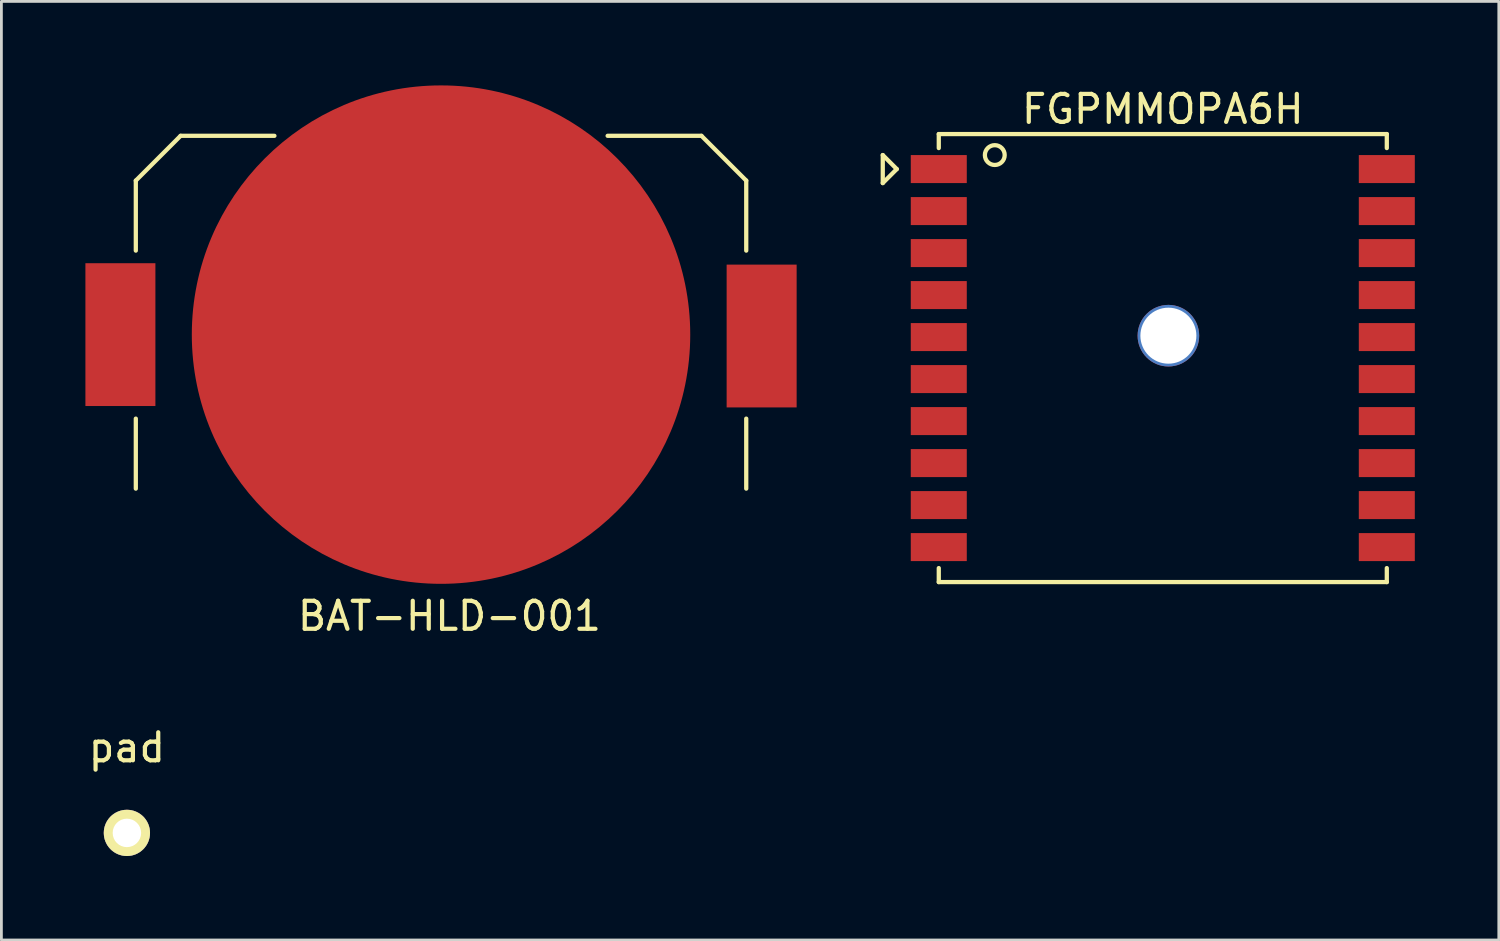
<source format=kicad_pcb>
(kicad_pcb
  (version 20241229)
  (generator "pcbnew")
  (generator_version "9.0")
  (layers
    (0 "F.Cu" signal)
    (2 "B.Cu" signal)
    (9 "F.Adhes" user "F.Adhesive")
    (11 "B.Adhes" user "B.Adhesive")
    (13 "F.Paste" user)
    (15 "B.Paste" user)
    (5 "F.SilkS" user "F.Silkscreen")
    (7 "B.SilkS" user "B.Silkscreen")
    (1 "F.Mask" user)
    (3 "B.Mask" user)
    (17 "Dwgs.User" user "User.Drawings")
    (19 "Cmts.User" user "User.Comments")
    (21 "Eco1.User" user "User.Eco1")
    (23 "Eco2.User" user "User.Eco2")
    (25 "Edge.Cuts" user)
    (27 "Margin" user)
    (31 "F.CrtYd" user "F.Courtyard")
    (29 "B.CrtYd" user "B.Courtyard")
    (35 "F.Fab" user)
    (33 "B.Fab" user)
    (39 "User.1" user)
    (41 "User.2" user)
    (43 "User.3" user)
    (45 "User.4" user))
  (footprint "FGPMMOPA6H"
    (layer "F.Cu")
    (at 38.476 9.738)
    (property "Reference" "FGPMMOPA6H" (at 0 -8.89 0) (layer "F.SilkS") (effects (font (size 1 1) (thickness 0.15))))
    (attr through_hole)
    (fp_line (start -10 -7.25) (end -10 -6.25) (stroke (width 0.152) (type solid)) (layer "F.SilkS"))
    (fp_line (start -10 -6.25) (end -9.5 -6.75) (stroke (width 0.152) (type solid)) (layer "F.SilkS"))
    (fp_line (start -9.5 -6.75) (end -10 -7.25) (stroke (width 0.152) (type solid)) (layer "F.SilkS"))
    (fp_line (start -8 -8) (end 8 -8) (stroke (width 0.152) (type solid)) (layer "F.SilkS"))
    (fp_line (start -8 -7.5) (end -8 -8) (stroke (width 0.152) (type solid)) (layer "F.SilkS"))
    (fp_line (start -8 7.5) (end -8 8) (stroke (width 0.152) (type solid)) (layer "F.SilkS"))
    (fp_line (start -8 8) (end 8 8) (stroke (width 0.152) (type solid)) (layer "F.SilkS"))
    (fp_line (start 8 -8) (end 8 -7.5) (stroke (width 0.152) (type solid)) (layer "F.SilkS"))
    (fp_line (start 8 8) (end 8 7.5) (stroke (width 0.152) (type solid)) (layer "F.SilkS"))
    (fp_circle (center -6 -7.25) (end -5.75 -7) (stroke (width 0.152) (type solid)) (fill no) (layer "F.SilkS"))
    (pad "" np_thru_hole circle (at 0.2 -0.8) (size 2.2 2.2) (drill 2) (layers "*.Cu" "*.Mask"))
    (pad "1" smd rect (at -8 -6.75) (size 2 1) (layers "F.Cu" "F.Mask" "F.Paste"))
    (pad "2" smd rect (at -8 -5.25) (size 2 1) (layers "F.Cu" "F.Mask" "F.Paste"))
    (pad "3" smd rect (at -8 -3.75) (size 2 1) (layers "F.Cu" "F.Mask" "F.Paste"))
    (pad "4" smd rect (at -8 -2.25) (size 2 1) (layers "F.Cu" "F.Mask" "F.Paste"))
    (pad "5" smd rect (at -8 -0.75) (size 2 1) (layers "F.Cu" "F.Mask" "F.Paste"))
    (pad "6" smd rect (at -8 0.75) (size 2 1) (layers "F.Cu" "F.Mask" "F.Paste"))
    (pad "7" smd rect (at -8 2.25) (size 2 1) (layers "F.Cu" "F.Mask" "F.Paste"))
    (pad "8" smd rect (at -8 3.75) (size 2 1) (layers "F.Cu" "F.Mask" "F.Paste"))
    (pad "9" smd rect (at -8 5.25) (size 2 1) (layers "F.Cu" "F.Mask" "F.Paste"))
    (pad "10" smd rect (at -8 6.75) (size 2 1) (layers "F.Cu" "F.Mask" "F.Paste"))
    (pad "11" smd rect (at 8 6.75) (size 2 1) (layers "F.Cu" "F.Mask" "F.Paste"))
    (pad "12" smd rect (at 8 5.25) (size 2 1) (layers "F.Cu" "F.Mask" "F.Paste"))
    (pad "13" smd rect (at 8 3.75) (size 2 1) (layers "F.Cu" "F.Mask" "F.Paste"))
    (pad "14" smd rect (at 8 2.25) (size 2 1) (layers "F.Cu" "F.Mask" "F.Paste"))
    (pad "15" smd rect (at 8 0.75) (size 2 1) (layers "F.Cu" "F.Mask" "F.Paste"))
    (pad "16" smd rect (at 8 -0.75) (size 2 1) (layers "F.Cu" "F.Mask" "F.Paste"))
    (pad "17" smd rect (at 8 -2.25) (size 2 1) (layers "F.Cu" "F.Mask" "F.Paste"))
    (pad "18" smd rect (at 8 -3.75) (size 2 1) (layers "F.Cu" "F.Mask" "F.Paste"))
    (pad "19" smd rect (at 8 -5.25) (size 2 1) (layers "F.Cu" "F.Mask" "F.Paste"))
    (pad "20" smd rect (at 8 -6.75) (size 2 1) (layers "F.Cu" "F.Mask" "F.Paste")))
  (footprint "pad"
    (layer "F.Cu")
    (at 1.482 26.695)
    (property "Reference" "pad" (at 0 -3.048 0) (layer "F.SilkS") (effects (font (size 1 1) (thickness 0.15))))
    (attr through_hole)
    (pad "1" thru_hole circle (at 0 0) (size 1.651 1.651) (drill 1.016) (layers "*.Cu" "*.Mask" "F.SilkS")))
  (footprint "BAT-HLD-001"
    (layer "F.Cu")
    (at 12.7 8.9)
    (property "Reference" "BAT-HLD-001" (at 0.3 10.05 0) (layer "F.SilkS") (effects (font (size 1 1) (thickness 0.15))))
    (attr through_hole)
    (fp_line (start -10.9 -5.5) (end -10.9 -3) (stroke (width 0.152) (type solid)) (layer "F.SilkS"))
    (fp_line (start -10.9 -5.5) (end -9.3 -7.1) (stroke (width 0.152) (type solid)) (layer "F.SilkS"))
    (fp_line (start -10.9 5.5) (end -10.9 3) (stroke (width 0.152) (type solid)) (layer "F.SilkS"))
    (fp_line (start -9.3 -7.1) (end -5.95 -7.1) (stroke (width 0.152) (type solid)) (layer "F.SilkS"))
    (fp_line (start 9.3 -7.1) (end 5.95 -7.1) (stroke (width 0.152) (type solid)) (layer "F.SilkS"))
    (fp_line (start 10.9 -5.5) (end 9.3 -7.1) (stroke (width 0.152) (type solid)) (layer "F.SilkS"))
    (fp_line (start 10.9 -5.5) (end 10.9 -3) (stroke (width 0.152) (type solid)) (layer "F.SilkS"))
    (fp_line (start 10.9 5.5) (end 10.9 3) (stroke (width 0.152) (type solid)) (layer "F.SilkS"))
    (pad "1" smd rect (at -11.45 0) (size 2.5 5.1) (layers "F.Cu" "F.Mask" "F.Paste"))
    (pad "1" smd rect (at 11.45 0.05) (size 2.5 5.1) (layers "F.Cu" "F.Mask" "F.Paste"))
    (pad "2" smd circle (at 0 0) (size 17.8 17.8) (layers "F.Cu" "F.Mask" "F.Paste")))
  (gr_rect
    (start -3 -3)
    (end 50.476 30.52)
    (stroke (width 0.1) (type default))
    (fill no)
    (layer "Edge.Cuts")))
</source>
